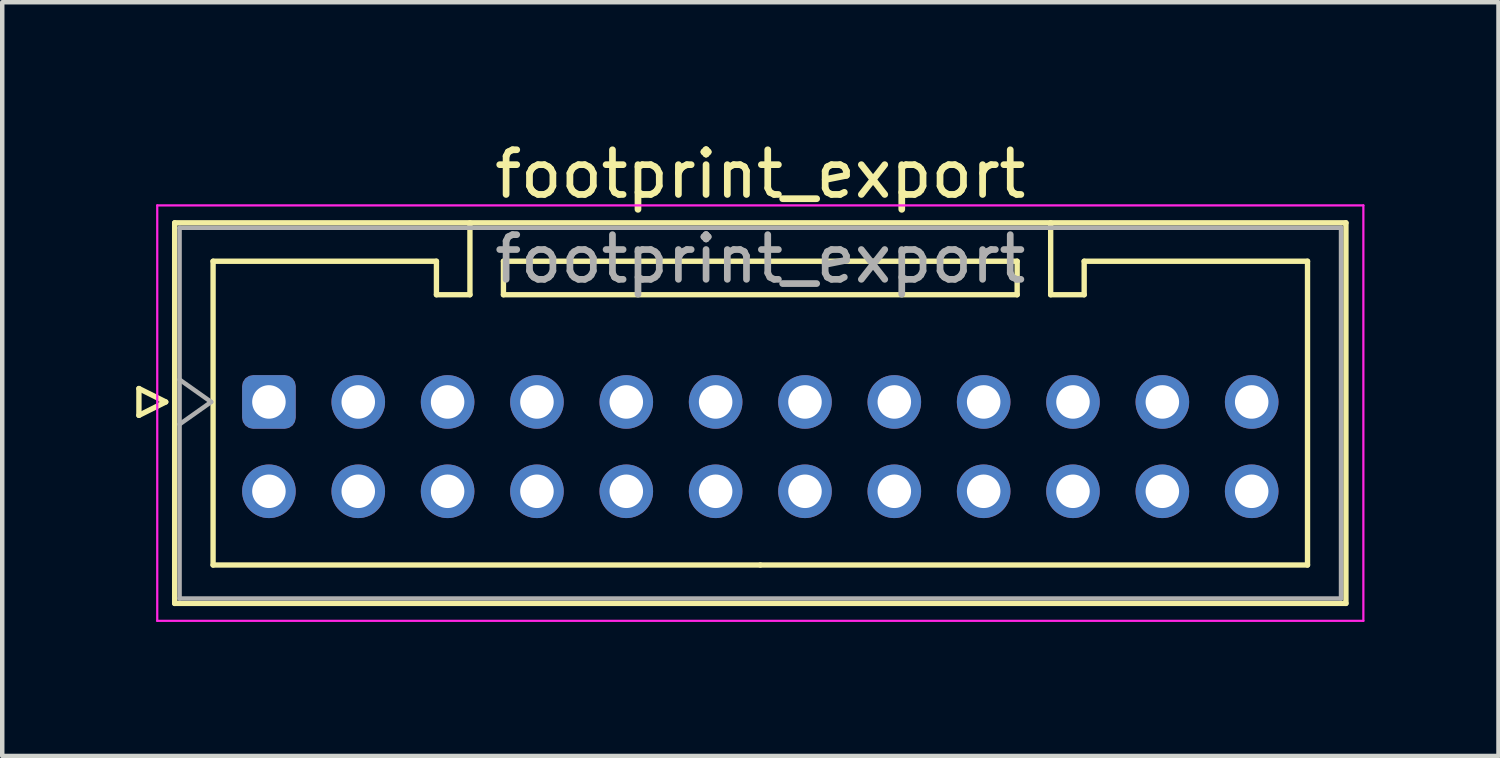
<source format=kicad_pcb>
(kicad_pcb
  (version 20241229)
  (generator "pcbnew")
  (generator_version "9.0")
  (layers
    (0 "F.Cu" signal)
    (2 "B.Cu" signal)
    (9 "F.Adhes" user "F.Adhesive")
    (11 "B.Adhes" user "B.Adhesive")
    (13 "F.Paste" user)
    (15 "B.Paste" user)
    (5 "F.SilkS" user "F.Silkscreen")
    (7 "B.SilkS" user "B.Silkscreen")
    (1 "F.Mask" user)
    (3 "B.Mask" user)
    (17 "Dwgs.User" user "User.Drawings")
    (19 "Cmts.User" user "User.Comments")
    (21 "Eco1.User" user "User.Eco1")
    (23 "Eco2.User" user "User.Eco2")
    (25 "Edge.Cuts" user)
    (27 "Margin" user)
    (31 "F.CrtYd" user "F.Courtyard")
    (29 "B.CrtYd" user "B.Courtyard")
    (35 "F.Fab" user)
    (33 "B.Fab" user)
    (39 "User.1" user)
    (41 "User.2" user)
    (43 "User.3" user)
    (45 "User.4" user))
  (footprint "footprint_export"
    (layer "F.Cu")
    (at 2.97 5.948)
    (property "Reference" "footprint_export" (at 11 -5.1 0) (layer "F.SilkS") (effects (font (size 1 1) (thickness 0.15))))
    (attr through_hole)
    (fp_line (start -2.91 -0.3) (end -2.31 0) (stroke (width 0.12) (type solid)) (layer "F.SilkS"))
    (fp_line (start -2.91 0.3) (end -2.91 -0.3) (stroke (width 0.12) (type solid)) (layer "F.SilkS"))
    (fp_line (start -2.31 0) (end -2.91 0.3) (stroke (width 0.12) (type solid)) (layer "F.SilkS"))
    (fp_line (start -2.11 -4.01) (end -2.11 4.51) (stroke (width 0.12) (type solid)) (layer "F.SilkS"))
    (fp_line (start -2.11 4.51) (end 24.11 4.51) (stroke (width 0.12) (type solid)) (layer "F.SilkS"))
    (fp_line (start -1.25 -3.15) (end -1.25 3.65) (stroke (width 0.12) (type solid)) (layer "F.SilkS"))
    (fp_line (start -1.25 3.65) (end 11 3.65) (stroke (width 0.12) (type solid)) (layer "F.SilkS"))
    (fp_line (start 3.75 -3.15) (end -1.25 -3.15) (stroke (width 0.12) (type solid)) (layer "F.SilkS"))
    (fp_line (start 3.75 -2.4) (end 3.75 -3.15) (stroke (width 0.12) (type solid)) (layer "F.SilkS"))
    (fp_line (start 4.5 -4.01) (end 4.5 -2.4) (stroke (width 0.12) (type solid)) (layer "F.SilkS"))
    (fp_line (start 4.5 -2.4) (end 3.75 -2.4) (stroke (width 0.12) (type solid)) (layer "F.SilkS"))
    (fp_line (start 5.25 -3.15) (end 5.25 -2.4) (stroke (width 0.12) (type solid)) (layer "F.SilkS"))
    (fp_line (start 5.25 -2.4) (end 16.75 -2.4) (stroke (width 0.12) (type solid)) (layer "F.SilkS"))
    (fp_line (start 16.75 -3.15) (end 5.25 -3.15) (stroke (width 0.12) (type solid)) (layer "F.SilkS"))
    (fp_line (start 16.75 -2.4) (end 16.75 -3.15) (stroke (width 0.12) (type solid)) (layer "F.SilkS"))
    (fp_line (start 17.5 -4.01) (end 17.5 -2.4) (stroke (width 0.12) (type solid)) (layer "F.SilkS"))
    (fp_line (start 17.5 -2.4) (end 18.25 -2.4) (stroke (width 0.12) (type solid)) (layer "F.SilkS"))
    (fp_line (start 18.25 -3.15) (end 23.25 -3.15) (stroke (width 0.12) (type solid)) (layer "F.SilkS"))
    (fp_line (start 18.25 -2.4) (end 18.25 -3.15) (stroke (width 0.12) (type solid)) (layer "F.SilkS"))
    (fp_line (start 23.25 -3.15) (end 23.25 3.65) (stroke (width 0.12) (type solid)) (layer "F.SilkS"))
    (fp_line (start 23.25 3.65) (end 11 3.65) (stroke (width 0.12) (type solid)) (layer "F.SilkS"))
    (fp_line (start 24.11 -4.01) (end -2.11 -4.01) (stroke (width 0.12) (type solid)) (layer "F.SilkS"))
    (fp_line (start 24.11 4.51) (end 24.11 -4.01) (stroke (width 0.12) (type solid)) (layer "F.SilkS"))
    (fp_line (start -2.5 -4.4) (end -2.5 4.9) (stroke (width 0.05) (type solid)) (layer "F.CrtYd"))
    (fp_line (start -2.5 4.9) (end 24.5 4.9) (stroke (width 0.05) (type solid)) (layer "F.CrtYd"))
    (fp_line (start 24.5 -4.4) (end -2.5 -4.4) (stroke (width 0.05) (type solid)) (layer "F.CrtYd"))
    (fp_line (start 24.5 4.9) (end 24.5 -4.4) (stroke (width 0.05) (type solid)) (layer "F.CrtYd"))
    (fp_line (start -2 -3.9) (end -2 4.4) (stroke (width 0.1) (type solid)) (layer "F.Fab"))
    (fp_line (start -2 0.5) (end -1.293 0) (stroke (width 0.1) (type solid)) (layer "F.Fab"))
    (fp_line (start -2 4.4) (end 24 4.4) (stroke (width 0.1) (type solid)) (layer "F.Fab"))
    (fp_line (start -1.293 0) (end -2 -0.5) (stroke (width 0.1) (type solid)) (layer "F.Fab"))
    (fp_line (start 24 -3.9) (end -2 -3.9) (stroke (width 0.1) (type solid)) (layer "F.Fab"))
    (fp_line (start 24 4.4) (end 24 -3.9) (stroke (width 0.1) (type solid)) (layer "F.Fab"))
    (fp_text user "${REFERENCE}" (at 11 -3.2 0) (layer "F.Fab") (effects (font (size 1 1) (thickness 0.15))))
    (pad "1" thru_hole roundrect (at 0 0) (size 1.2 1.2) (drill 0.75) (layers "*.Cu" "*.Mask") (roundrect_rratio 0.208))
    (pad "2" thru_hole circle (at 0 2) (size 1.2 1.2) (drill 0.75) (layers "*.Cu" "*.Mask"))
    (pad "3" thru_hole circle (at 2 0) (size 1.2 1.2) (drill 0.75) (layers "*.Cu" "*.Mask"))
    (pad "4" thru_hole circle (at 2 2) (size 1.2 1.2) (drill 0.75) (layers "*.Cu" "*.Mask"))
    (pad "5" thru_hole circle (at 4 0) (size 1.2 1.2) (drill 0.75) (layers "*.Cu" "*.Mask"))
    (pad "6" thru_hole circle (at 4 2) (size 1.2 1.2) (drill 0.75) (layers "*.Cu" "*.Mask"))
    (pad "7" thru_hole circle (at 6 0) (size 1.2 1.2) (drill 0.75) (layers "*.Cu" "*.Mask"))
    (pad "8" thru_hole circle (at 6 2) (size 1.2 1.2) (drill 0.75) (layers "*.Cu" "*.Mask"))
    (pad "9" thru_hole circle (at 8 0) (size 1.2 1.2) (drill 0.75) (layers "*.Cu" "*.Mask"))
    (pad "10" thru_hole circle (at 8 2) (size 1.2 1.2) (drill 0.75) (layers "*.Cu" "*.Mask"))
    (pad "11" thru_hole circle (at 10 0) (size 1.2 1.2) (drill 0.75) (layers "*.Cu" "*.Mask"))
    (pad "12" thru_hole circle (at 10 2) (size 1.2 1.2) (drill 0.75) (layers "*.Cu" "*.Mask"))
    (pad "13" thru_hole circle (at 12 0) (size 1.2 1.2) (drill 0.75) (layers "*.Cu" "*.Mask"))
    (pad "14" thru_hole circle (at 12 2) (size 1.2 1.2) (drill 0.75) (layers "*.Cu" "*.Mask"))
    (pad "15" thru_hole circle (at 14 0) (size 1.2 1.2) (drill 0.75) (layers "*.Cu" "*.Mask"))
    (pad "16" thru_hole circle (at 14 2) (size 1.2 1.2) (drill 0.75) (layers "*.Cu" "*.Mask"))
    (pad "17" thru_hole circle (at 16 0) (size 1.2 1.2) (drill 0.75) (layers "*.Cu" "*.Mask"))
    (pad "18" thru_hole circle (at 16 2) (size 1.2 1.2) (drill 0.75) (layers "*.Cu" "*.Mask"))
    (pad "19" thru_hole circle (at 18 0) (size 1.2 1.2) (drill 0.75) (layers "*.Cu" "*.Mask"))
    (pad "20" thru_hole circle (at 18 2) (size 1.2 1.2) (drill 0.75) (layers "*.Cu" "*.Mask"))
    (pad "21" thru_hole circle (at 20 0) (size 1.2 1.2) (drill 0.75) (layers "*.Cu" "*.Mask"))
    (pad "22" thru_hole circle (at 20 2) (size 1.2 1.2) (drill 0.75) (layers "*.Cu" "*.Mask"))
    (pad "23" thru_hole circle (at 22 0) (size 1.2 1.2) (drill 0.75) (layers "*.Cu" "*.Mask"))
    (pad "24" thru_hole circle (at 22 2) (size 1.2 1.2) (drill 0.75) (layers "*.Cu" "*.Mask")))
  (gr_rect
    (start -3 -3)
    (end 30.495 13.873)
    (stroke (width 0.1) (type default))
    (fill no)
    (layer "Edge.Cuts")))
</source>
